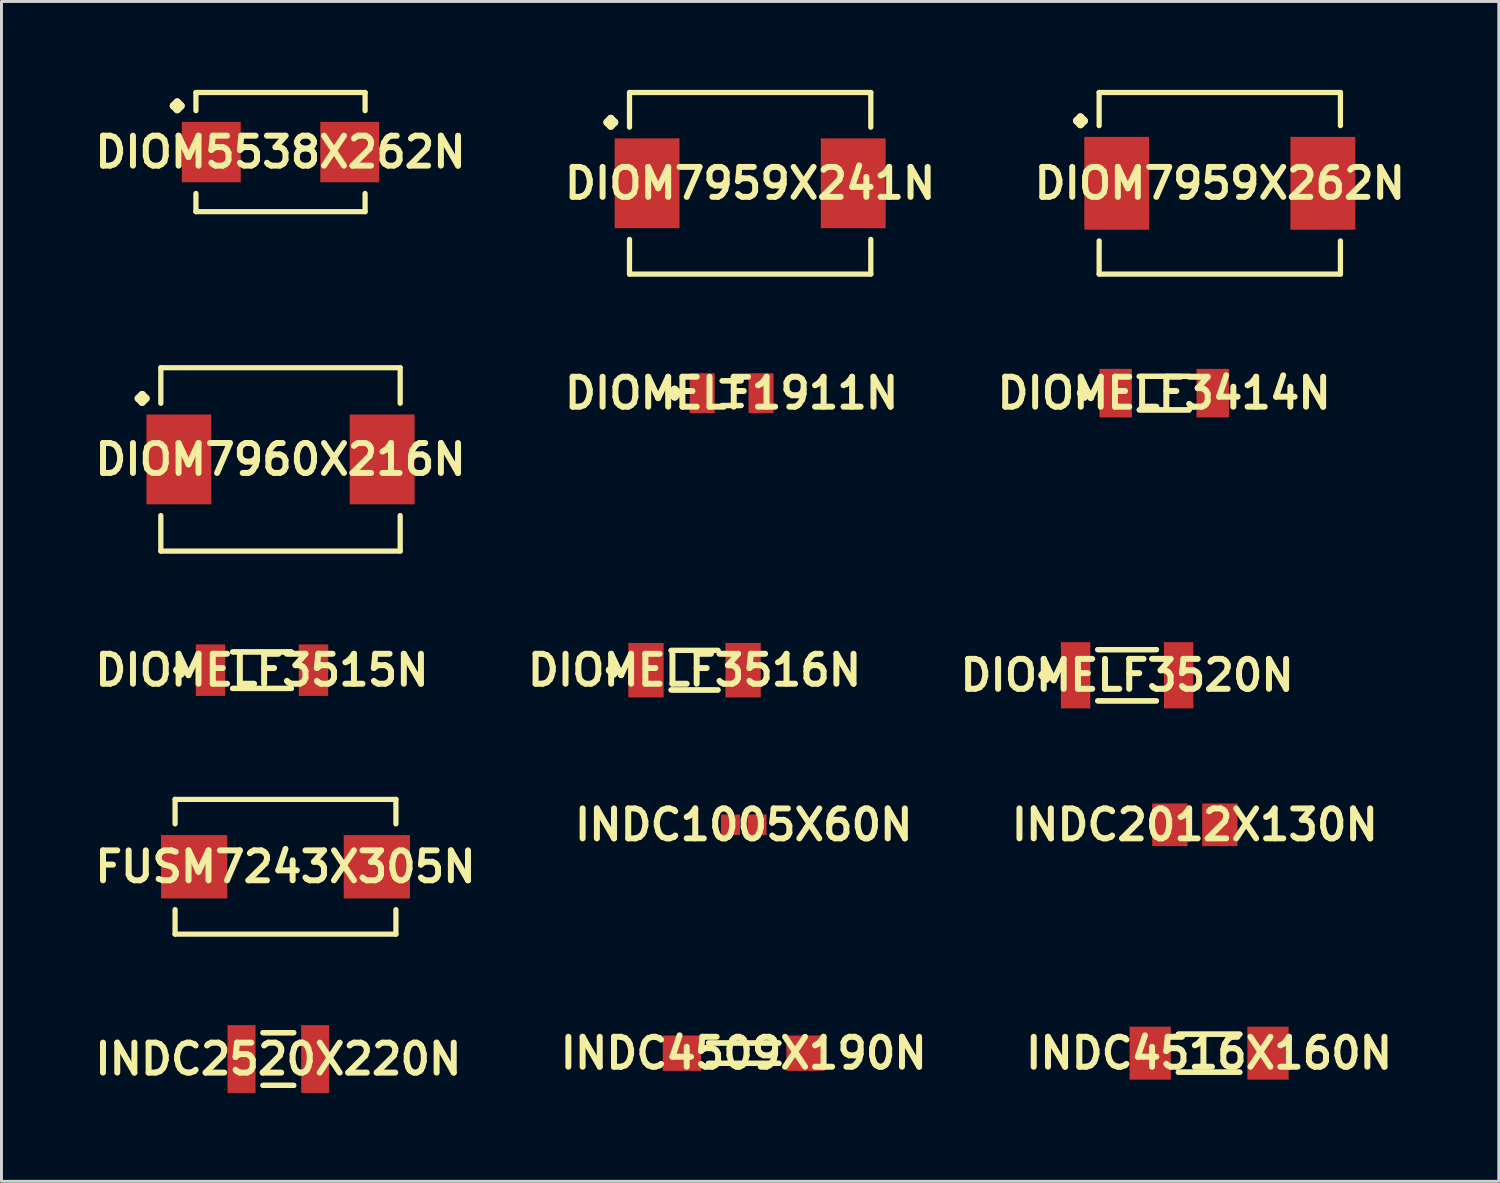
<source format=kicad_pcb>
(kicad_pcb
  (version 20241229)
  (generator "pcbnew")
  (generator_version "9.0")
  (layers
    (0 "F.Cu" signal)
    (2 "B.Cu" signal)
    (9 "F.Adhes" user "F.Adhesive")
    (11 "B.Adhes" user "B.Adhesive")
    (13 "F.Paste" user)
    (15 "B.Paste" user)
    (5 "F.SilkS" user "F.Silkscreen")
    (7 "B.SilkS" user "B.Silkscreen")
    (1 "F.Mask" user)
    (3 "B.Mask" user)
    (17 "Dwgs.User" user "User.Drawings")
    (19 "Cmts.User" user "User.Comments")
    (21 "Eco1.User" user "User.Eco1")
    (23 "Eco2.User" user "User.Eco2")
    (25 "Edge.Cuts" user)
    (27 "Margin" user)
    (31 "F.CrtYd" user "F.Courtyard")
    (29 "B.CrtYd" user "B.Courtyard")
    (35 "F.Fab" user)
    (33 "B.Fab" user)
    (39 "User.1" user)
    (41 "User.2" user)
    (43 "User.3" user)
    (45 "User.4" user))
  (footprint "DIOM7959X241N"
    (layer "F.Cu")
    (at 22.406 3.17)
    (property "Reference" "DIOM7959X241N" (at 0 0 0) (layer "F.SilkS") (effects (font (size 1.016 1.016) (thickness 0.203))))
    (attr smd)
    (fp_line (start -4.856 -2.07) (end -4.729 -2.197) (stroke (width 0.254) (type solid)) (layer "F.SilkS"))
    (fp_line (start -4.729 -2.197) (end -4.602 -2.07) (stroke (width 0.254) (type solid)) (layer "F.SilkS"))
    (fp_line (start -4.729 -1.943) (end -4.856 -2.07) (stroke (width 0.254) (type solid)) (layer "F.SilkS"))
    (fp_line (start -4.602 -2.07) (end -4.729 -1.943) (stroke (width 0.254) (type solid)) (layer "F.SilkS"))
    (fp_line (start -4.094 -3.081) (end 4.094 -3.081) (stroke (width 0.178) (type solid)) (layer "F.SilkS"))
    (fp_line (start -4.094 -1.905) (end -4.094 -3.081) (stroke (width 0.178) (type solid)) (layer "F.SilkS"))
    (fp_line (start -4.094 1.905) (end -4.094 3.081) (stroke (width 0.178) (type solid)) (layer "F.SilkS"))
    (fp_line (start -4.094 3.081) (end 4.094 3.081) (stroke (width 0.178) (type solid)) (layer "F.SilkS"))
    (fp_line (start 4.094 -3.081) (end 4.094 -1.905) (stroke (width 0.178) (type solid)) (layer "F.SilkS"))
    (fp_line (start 4.094 3.081) (end 4.094 1.905) (stroke (width 0.178) (type solid)) (layer "F.SilkS"))
    (pad "1" smd rect (at -3.498 0) (size 2.2 3.048) (layers "F.Cu" "F.Mask" "F.Paste"))
    (pad "2" smd rect (at 3.498 0) (size 2.2 3.048) (layers "F.Cu" "F.Mask" "F.Paste")))
  (footprint "INDC4516X160N"
    (layer "F.Cu")
    (at 37.98 32.689)
    (property "Reference" "INDC4516X160N" (at 0 0 0) (layer "F.SilkS") (effects (font (size 1.016 1.016) (thickness 0.203))))
    (attr smd)
    (fp_line (start -1.044 -0.645) (end 1.044 -0.645) (stroke (width 0.178) (type solid)) (layer "F.SilkS"))
    (fp_line (start -1.044 0.645) (end 1.044 0.645) (stroke (width 0.178) (type solid)) (layer "F.SilkS"))
    (fp_line (start 1.044 -0.645) (end -1.044 -0.645) (stroke (width 0.178) (type solid)) (layer "F.SilkS"))
    (fp_line (start 1.044 0.645) (end -1.044 0.645) (stroke (width 0.178) (type solid)) (layer "F.SilkS"))
    (pad "1" smd rect (at -1.999 0) (size 1.4 1.798) (layers "F.Cu" "F.Mask" "F.Paste"))
    (pad "2" smd rect (at 1.999 0) (size 1.4 1.798) (layers "F.Cu" "F.Mask" "F.Paste")))
  (footprint "INDC2520X220N"
    (layer "F.Cu")
    (at 6.396 32.888)
    (property "Reference" "INDC2520X220N" (at 0 0 0) (layer "F.SilkS") (effects (font (size 1.016 1.016) (thickness 0.203))))
    (attr smd)
    (fp_line (start -0.521 -0.894) (end 0.521 -0.894) (stroke (width 0.178) (type solid)) (layer "F.SilkS"))
    (fp_line (start -0.521 0.894) (end 0.521 0.894) (stroke (width 0.178) (type solid)) (layer "F.SilkS"))
    (fp_line (start 0.521 -0.894) (end -0.521 -0.894) (stroke (width 0.178) (type solid)) (layer "F.SilkS"))
    (fp_line (start 0.521 0.894) (end -0.521 0.894) (stroke (width 0.178) (type solid)) (layer "F.SilkS"))
    (pad "1" smd rect (at -1.25 0) (size 0.95 2.299) (layers "F.Cu" "F.Mask" "F.Paste"))
    (pad "2" smd rect (at 1.25 0) (size 0.95 2.299) (layers "F.Cu" "F.Mask" "F.Paste")))
  (footprint "DIOMELF3516N"
    (layer "F.Cu")
    (at 20.519 19.692)
    (property "Reference" "DIOMELF3516N" (at 0 0 0) (layer "F.SilkS") (effects (font (size 1.016 1.016) (thickness 0.203))))
    (attr smd)
    (fp_line (start -2.883 0) (end -2.756 -0.127) (stroke (width 0.254) (type solid)) (layer "F.SilkS"))
    (fp_line (start -2.756 -0.127) (end -2.629 0) (stroke (width 0.254) (type solid)) (layer "F.SilkS"))
    (fp_line (start -2.756 0.127) (end -2.883 0) (stroke (width 0.254) (type solid)) (layer "F.SilkS"))
    (fp_line (start -2.629 0) (end -2.756 0.127) (stroke (width 0.254) (type solid)) (layer "F.SilkS"))
    (fp_line (start -0.795 -0.671) (end 0.795 -0.671) (stroke (width 0.178) (type solid)) (layer "F.SilkS"))
    (fp_line (start -0.795 0.671) (end 0.795 0.671) (stroke (width 0.178) (type solid)) (layer "F.SilkS"))
    (fp_line (start 0.795 -0.671) (end -0.795 -0.671) (stroke (width 0.178) (type solid)) (layer "F.SilkS"))
    (fp_line (start 0.795 0.671) (end -0.795 0.671) (stroke (width 0.178) (type solid)) (layer "F.SilkS"))
    (pad "1" smd rect (at -1.648 0) (size 1.199 1.849) (layers "F.Cu" "F.Mask" "F.Paste"))
    (pad "2" smd rect (at 1.648 0) (size 1.199 1.849) (layers "F.Cu" "F.Mask" "F.Paste")))
  (footprint "DIOMELF3515N"
    (layer "F.Cu")
    (at 5.84 19.692)
    (property "Reference" "DIOMELF3515N" (at 0 0 0) (layer "F.SilkS") (effects (font (size 1.016 1.016) (thickness 0.203))))
    (attr smd)
    (fp_line (start -2.883 0) (end -2.756 -0.127) (stroke (width 0.254) (type solid)) (layer "F.SilkS"))
    (fp_line (start -2.756 -0.127) (end -2.629 0) (stroke (width 0.254) (type solid)) (layer "F.SilkS"))
    (fp_line (start -2.756 0.127) (end -2.883 0) (stroke (width 0.254) (type solid)) (layer "F.SilkS"))
    (fp_line (start -2.629 0) (end -2.756 0.127) (stroke (width 0.254) (type solid)) (layer "F.SilkS"))
    (fp_line (start -0.996 -0.62) (end 0.996 -0.62) (stroke (width 0.178) (type solid)) (layer "F.SilkS"))
    (fp_line (start -0.996 0.62) (end 0.996 0.62) (stroke (width 0.178) (type solid)) (layer "F.SilkS"))
    (fp_line (start 0.996 -0.62) (end -0.996 -0.62) (stroke (width 0.178) (type solid)) (layer "F.SilkS"))
    (fp_line (start 0.996 0.62) (end -0.996 0.62) (stroke (width 0.178) (type solid)) (layer "F.SilkS"))
    (pad "1" smd rect (at -1.748 0) (size 0.998 1.748) (layers "F.Cu" "F.Mask" "F.Paste"))
    (pad "2" smd rect (at 1.748 0) (size 0.998 1.748) (layers "F.Cu" "F.Mask" "F.Paste")))
  (footprint "DIOM7959X262N"
    (layer "F.Cu")
    (at 38.343 3.17)
    (property "Reference" "DIOM7959X262N" (at 0 0 0) (layer "F.SilkS") (effects (font (size 1.016 1.016) (thickness 0.203))))
    (attr smd)
    (fp_line (start -4.856 -2.121) (end -4.729 -2.248) (stroke (width 0.254) (type solid)) (layer "F.SilkS"))
    (fp_line (start -4.729 -2.248) (end -4.602 -2.121) (stroke (width 0.254) (type solid)) (layer "F.SilkS"))
    (fp_line (start -4.729 -1.994) (end -4.856 -2.121) (stroke (width 0.254) (type solid)) (layer "F.SilkS"))
    (fp_line (start -4.602 -2.121) (end -4.729 -1.994) (stroke (width 0.254) (type solid)) (layer "F.SilkS"))
    (fp_line (start -4.094 -3.081) (end 4.094 -3.081) (stroke (width 0.178) (type solid)) (layer "F.SilkS"))
    (fp_line (start -4.094 -1.956) (end -4.094 -3.081) (stroke (width 0.178) (type solid)) (layer "F.SilkS"))
    (fp_line (start -4.094 1.956) (end -4.094 3.081) (stroke (width 0.178) (type solid)) (layer "F.SilkS"))
    (fp_line (start -4.094 3.081) (end 4.094 3.081) (stroke (width 0.178) (type solid)) (layer "F.SilkS"))
    (fp_line (start 4.094 -3.081) (end 4.094 -1.956) (stroke (width 0.178) (type solid)) (layer "F.SilkS"))
    (fp_line (start 4.094 3.081) (end 4.094 1.956) (stroke (width 0.178) (type solid)) (layer "F.SilkS"))
    (pad "1" smd rect (at -3.498 0) (size 2.2 3.15) (layers "F.Cu" "F.Mask" "F.Paste"))
    (pad "2" smd rect (at 3.498 0) (size 2.2 3.15) (layers "F.Cu" "F.Mask" "F.Paste")))
  (footprint "DIOMELF1911N"
    (layer "F.Cu")
    (at 21.777 10.291)
    (property "Reference" "DIOMELF1911N" (at 0 0 0) (layer "F.SilkS") (effects (font (size 1.016 1.016) (thickness 0.203))))
    (attr smd)
    (fp_line (start -2.06 0) (end -1.933 -0.127) (stroke (width 0.254) (type solid)) (layer "F.SilkS"))
    (fp_line (start -1.933 -0.127) (end -1.806 0) (stroke (width 0.254) (type solid)) (layer "F.SilkS"))
    (fp_line (start -1.933 0.127) (end -2.06 0) (stroke (width 0.254) (type solid)) (layer "F.SilkS"))
    (fp_line (start -1.806 0) (end -1.933 0.127) (stroke (width 0.254) (type solid)) (layer "F.SilkS"))
    (fp_line (start -0.32 -0.419) (end 0.32 -0.419) (stroke (width 0.178) (type solid)) (layer "F.SilkS"))
    (fp_line (start -0.32 0.419) (end 0.32 0.419) (stroke (width 0.178) (type solid)) (layer "F.SilkS"))
    (fp_line (start 0.32 -0.419) (end -0.32 -0.419) (stroke (width 0.178) (type solid)) (layer "F.SilkS"))
    (fp_line (start 0.32 0.419) (end -0.32 0.419) (stroke (width 0.178) (type solid)) (layer "F.SilkS"))
    (pad "1" smd rect (at -0.998 0) (size 0.848 1.349) (layers "F.Cu" "F.Mask" "F.Paste"))
    (pad "2" smd rect (at 0.998 0) (size 0.848 1.349) (layers "F.Cu" "F.Mask" "F.Paste")))
  (footprint "DIOM7960X216N"
    (layer "F.Cu")
    (at 6.469 12.54)
    (property "Reference" "DIOM7960X216N" (at 0 0 0) (layer "F.SilkS") (effects (font (size 1.016 1.016) (thickness 0.203))))
    (attr smd)
    (fp_line (start -4.823 -2.07) (end -4.696 -2.197) (stroke (width 0.254) (type solid)) (layer "F.SilkS"))
    (fp_line (start -4.696 -2.197) (end -4.569 -2.07) (stroke (width 0.254) (type solid)) (layer "F.SilkS"))
    (fp_line (start -4.696 -1.943) (end -4.823 -2.07) (stroke (width 0.254) (type solid)) (layer "F.SilkS"))
    (fp_line (start -4.569 -2.07) (end -4.696 -1.943) (stroke (width 0.254) (type solid)) (layer "F.SilkS"))
    (fp_line (start -4.061 -3.111) (end 4.061 -3.111) (stroke (width 0.178) (type solid)) (layer "F.SilkS"))
    (fp_line (start -4.061 -1.905) (end -4.061 -3.111) (stroke (width 0.178) (type solid)) (layer "F.SilkS"))
    (fp_line (start -4.061 1.905) (end -4.061 3.111) (stroke (width 0.178) (type solid)) (layer "F.SilkS"))
    (fp_line (start -4.061 3.111) (end 4.061 3.111) (stroke (width 0.178) (type solid)) (layer "F.SilkS"))
    (fp_line (start 4.061 -3.111) (end 4.061 -1.905) (stroke (width 0.178) (type solid)) (layer "F.SilkS"))
    (fp_line (start 4.061 3.111) (end 4.061 1.905) (stroke (width 0.178) (type solid)) (layer "F.SilkS"))
    (pad "1" smd rect (at -3.449 0) (size 2.2 3.048) (layers "F.Cu" "F.Mask" "F.Paste"))
    (pad "2" smd rect (at 3.449 0) (size 2.2 3.048) (layers "F.Cu" "F.Mask" "F.Paste")))
  (footprint "DIOMELF3520N"
    (layer "F.Cu")
    (at 35.198 19.865)
    (property "Reference" "DIOMELF3520N" (at 0 0 0) (layer "F.SilkS") (effects (font (size 1.016 1.016) (thickness 0.203))))
    (attr smd)
    (fp_line (start -2.883 0) (end -2.756 -0.127) (stroke (width 0.254) (type solid)) (layer "F.SilkS"))
    (fp_line (start -2.756 -0.127) (end -2.629 0) (stroke (width 0.254) (type solid)) (layer "F.SilkS"))
    (fp_line (start -2.756 0.127) (end -2.883 0) (stroke (width 0.254) (type solid)) (layer "F.SilkS"))
    (fp_line (start -2.629 0) (end -2.756 0.127) (stroke (width 0.254) (type solid)) (layer "F.SilkS"))
    (fp_line (start -0.996 -0.869) (end 0.996 -0.869) (stroke (width 0.178) (type solid)) (layer "F.SilkS"))
    (fp_line (start -0.996 0.869) (end 0.996 0.869) (stroke (width 0.178) (type solid)) (layer "F.SilkS"))
    (fp_line (start 0.996 -0.869) (end -0.996 -0.869) (stroke (width 0.178) (type solid)) (layer "F.SilkS"))
    (fp_line (start 0.996 0.869) (end -0.996 0.869) (stroke (width 0.178) (type solid)) (layer "F.SilkS"))
    (pad "1" smd rect (at -1.748 0) (size 0.998 2.248) (layers "F.Cu" "F.Mask" "F.Paste"))
    (pad "2" smd rect (at 1.748 0) (size 0.998 2.248) (layers "F.Cu" "F.Mask" "F.Paste")))
  (footprint "INDC4509X190N"
    (layer "F.Cu")
    (at 22.188 32.689)
    (property "Reference" "INDC4509X190N" (at 0 0 0) (layer "F.SilkS") (effects (font (size 1.016 1.016) (thickness 0.203))))
    (attr smd)
    (fp_line (start -1.194 -0.345) (end 1.194 -0.345) (stroke (width 0.178) (type solid)) (layer "F.SilkS"))
    (fp_line (start -1.194 0.345) (end 1.194 0.345) (stroke (width 0.178) (type solid)) (layer "F.SilkS"))
    (fp_line (start 1.194 -0.345) (end -1.194 -0.345) (stroke (width 0.178) (type solid)) (layer "F.SilkS"))
    (fp_line (start 1.194 0.345) (end -1.194 0.345) (stroke (width 0.178) (type solid)) (layer "F.SilkS"))
    (pad "1" smd rect (at -2.098 0) (size 1.298 1.199) (layers "F.Cu" "F.Mask" "F.Paste"))
    (pad "2" smd rect (at 2.098 0) (size 1.298 1.199) (layers "F.Cu" "F.Mask" "F.Paste")))
  (footprint "INDC1005X60N"
    (layer "F.Cu")
    (at 22.188 24.94)
    (property "Reference" "INDC1005X60N" (at 0 0 0) (layer "F.SilkS") (effects (font (size 1.016 1.016) (thickness 0.203))))
    (attr smd)
    (pad "1" smd rect (at -0.45 0) (size 0.648 0.699) (layers "F.Cu" "F.Mask" "F.Paste"))
    (pad "2" smd rect (at 0.45 0) (size 0.648 0.699) (layers "F.Cu" "F.Mask" "F.Paste")))
  (footprint "DIOM5538X262N"
    (layer "F.Cu")
    (at 6.469 2.111)
    (property "Reference" "DIOM5538X262N" (at 0 0 0) (layer "F.SilkS") (effects (font (size 1.016 1.016) (thickness 0.203))))
    (attr smd)
    (fp_line (start -3.632 -1.57) (end -3.505 -1.697) (stroke (width 0.254) (type solid)) (layer "F.SilkS"))
    (fp_line (start -3.505 -1.697) (end -3.378 -1.57) (stroke (width 0.254) (type solid)) (layer "F.SilkS"))
    (fp_line (start -3.505 -1.443) (end -3.632 -1.57) (stroke (width 0.254) (type solid)) (layer "F.SilkS"))
    (fp_line (start -3.378 -1.57) (end -3.505 -1.443) (stroke (width 0.254) (type solid)) (layer "F.SilkS"))
    (fp_line (start -2.87 -2.022) (end 2.87 -2.022) (stroke (width 0.178) (type solid)) (layer "F.SilkS"))
    (fp_line (start -2.87 -1.405) (end -2.87 -2.022) (stroke (width 0.178) (type solid)) (layer "F.SilkS"))
    (fp_line (start -2.87 1.405) (end -2.87 2.022) (stroke (width 0.178) (type solid)) (layer "F.SilkS"))
    (fp_line (start -2.87 2.022) (end 2.87 2.022) (stroke (width 0.178) (type solid)) (layer "F.SilkS"))
    (fp_line (start 2.87 -2.022) (end 2.87 -1.405) (stroke (width 0.178) (type solid)) (layer "F.SilkS"))
    (fp_line (start 2.87 2.022) (end 2.87 1.405) (stroke (width 0.178) (type solid)) (layer "F.SilkS"))
    (pad "1" smd rect (at -2.349 0) (size 1.999 2.05) (layers "F.Cu" "F.Mask" "F.Paste"))
    (pad "2" smd rect (at 2.349 0) (size 1.999 2.05) (layers "F.Cu" "F.Mask" "F.Paste")))
  (footprint "FUSM7243X305N"
    (layer "F.Cu")
    (at 6.638 26.363)
    (property "Reference" "FUSM7243X305N" (at 0 0 0) (layer "F.SilkS") (effects (font (size 1.016 1.016) (thickness 0.203))))
    (attr smd)
    (fp_line (start -3.747 -2.286) (end 3.747 -2.286) (stroke (width 0.178) (type solid)) (layer "F.SilkS"))
    (fp_line (start -3.747 -1.455) (end -3.747 -2.286) (stroke (width 0.178) (type solid)) (layer "F.SilkS"))
    (fp_line (start -3.747 1.455) (end -3.747 2.286) (stroke (width 0.178) (type solid)) (layer "F.SilkS"))
    (fp_line (start -3.747 2.286) (end 3.747 2.286) (stroke (width 0.178) (type solid)) (layer "F.SilkS"))
    (fp_line (start 3.747 -2.286) (end 3.747 -1.455) (stroke (width 0.178) (type solid)) (layer "F.SilkS"))
    (fp_line (start 3.747 2.286) (end 3.747 1.455) (stroke (width 0.178) (type solid)) (layer "F.SilkS"))
    (pad "1" smd rect (at -3.099 0) (size 2.248 2.149) (layers "F.Cu" "F.Mask" "F.Paste"))
    (pad "2" smd rect (at 3.099 0) (size 2.248 2.149) (layers "F.Cu" "F.Mask" "F.Paste")))
  (footprint "INDC2012X130N"
    (layer "F.Cu")
    (at 37.496 24.94)
    (property "Reference" "INDC2012X130N" (at 0 0 0) (layer "F.SilkS") (effects (font (size 1.016 1.016) (thickness 0.203))))
    (attr smd)
    (pad "1" smd rect (at -0.848 0) (size 1.199 1.448) (layers "F.Cu" "F.Mask" "F.Paste"))
    (pad "2" smd rect (at 0.848 0) (size 1.199 1.448) (layers "F.Cu" "F.Mask" "F.Paste")))
  (footprint "DIOMELF3414N"
    (layer "F.Cu")
    (at 36.456 10.291)
    (property "Reference" "DIOMELF3414N" (at 0 0 0) (layer "F.SilkS") (effects (font (size 1.016 1.016) (thickness 0.203))))
    (attr smd)
    (fp_line (start -2.835 0) (end -2.708 -0.127) (stroke (width 0.254) (type solid)) (layer "F.SilkS"))
    (fp_line (start -2.708 -0.127) (end -2.581 0) (stroke (width 0.254) (type solid)) (layer "F.SilkS"))
    (fp_line (start -2.708 0.127) (end -2.835 0) (stroke (width 0.254) (type solid)) (layer "F.SilkS"))
    (fp_line (start -2.581 0) (end -2.708 0.127) (stroke (width 0.254) (type solid)) (layer "F.SilkS"))
    (fp_line (start -0.846 -0.569) (end 0.846 -0.569) (stroke (width 0.178) (type solid)) (layer "F.SilkS"))
    (fp_line (start -0.846 0.569) (end 0.846 0.569) (stroke (width 0.178) (type solid)) (layer "F.SilkS"))
    (fp_line (start 0.846 -0.569) (end -0.846 -0.569) (stroke (width 0.178) (type solid)) (layer "F.SilkS"))
    (fp_line (start 0.846 0.569) (end -0.846 0.569) (stroke (width 0.178) (type solid)) (layer "F.SilkS"))
    (pad "1" smd rect (at -1.648 0) (size 1.1 1.648) (layers "F.Cu" "F.Mask" "F.Paste"))
    (pad "2" smd rect (at 1.648 0) (size 1.1 1.648) (layers "F.Cu" "F.Mask" "F.Paste")))
  (gr_rect
    (start -3 -3)
    (end 47.811 37.037)
    (stroke (width 0.1) (type default))
    (fill no)
    (layer "Edge.Cuts")))
</source>
